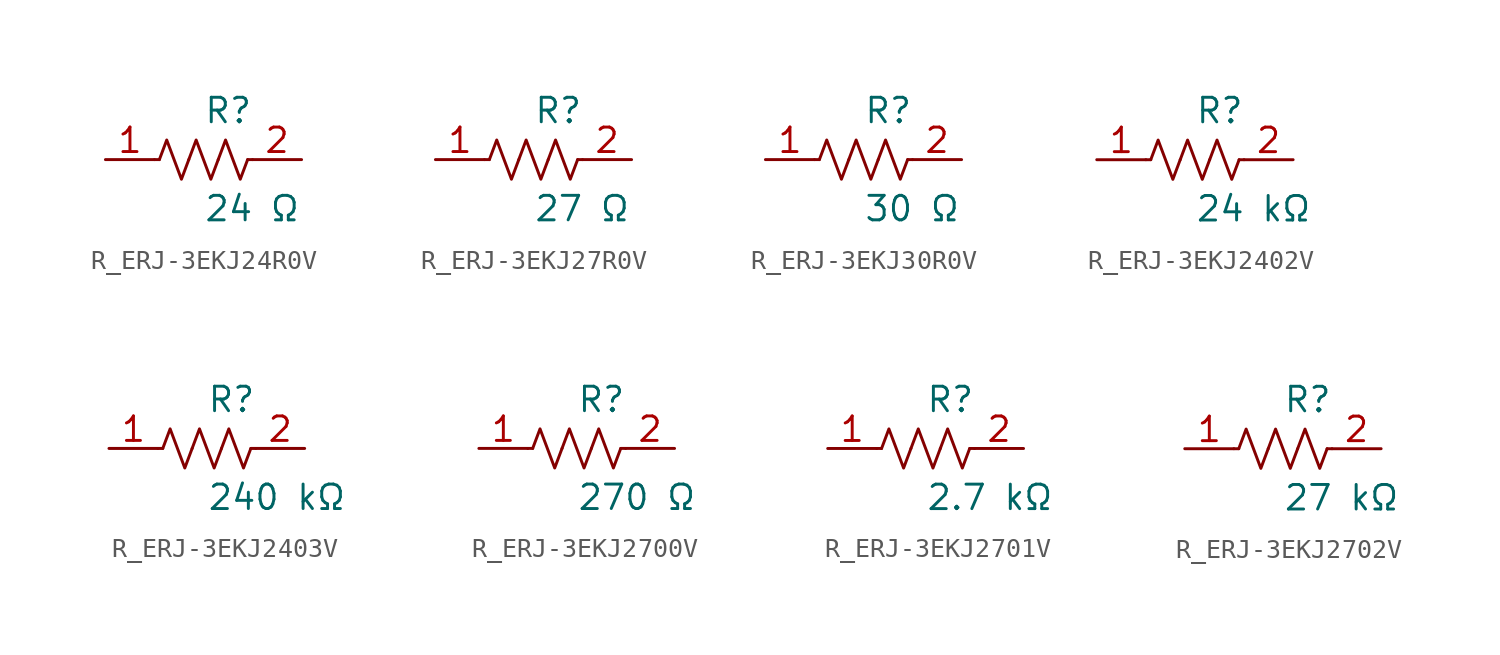
<source format=kicad_sym>
(kicad_symbol_lib
  (version 20231120)
  (generator kicad_symbol_editor)
  (generator_version 8.0)
  (symbol "R_ERJ-3EKJ24R0V"
    (pin_names
      (offset 0.254))
    (property "Reference" "R"
      (at 0.0 2.54 0)
      (effects (font (size 1.27 1.27)) (justify left)))
    (property "Value" "24 Ω"
      (at 0.0 -2.54 0)
      (effects (font (size 1.27 1.27)) (justify left)))
    (symbol "R_ERJ-3EKJ24R0V_0_1"
      (polyline (pts (xy 2.286 0) (xy 2.54 0)) (stroke (width 0) (type default)) (fill (type none)))
      (polyline (pts (xy -2.286 0) (xy -2.54 0)) (stroke (width 0) (type default)) (fill (type none)))
      (polyline (pts (xy 0.762 0) (xy 1.143 1.016) (xy 1.524 0) (xy 1.905 -1.016) (xy 2.286 0)) (stroke (width 0) (type default)) (fill (type none)))
      (polyline (pts (xy -0.762 0) (xy -0.381 1.016) (xy 0 0) (xy 0.381 -1.016) (xy 0.762 0)) (stroke (width 0) (type default)) (fill (type none)))
      (polyline (pts (xy -2.286 0) (xy -1.905 1.016) (xy -1.524 0) (xy -1.143 -1.016) (xy -0.762 0)) (stroke (width 0) (type default)) (fill (type none))))
    (pin unspecified line
      (at -5.08 0 0)
      (length 2.54)
      (name "" (effects (font (size 1.27 1.27))))
      (number "1" (effects (font (size 1.27 1.27)))))
    (pin unspecified line
      (at 5.08 0 180)
      (length 2.54)
      (name "" (effects (font (size 1.27 1.27))))
      (number "2" (effects (font (size 1.27 1.27))))))
  (symbol "R_ERJ-3EKJ27R0V"
    (pin_names
      (offset 0.254))
    (property "Reference" "R"
      (at 0.0 2.54 0)
      (effects (font (size 1.27 1.27)) (justify left)))
    (property "Value" "27 Ω"
      (at 0.0 -2.54 0)
      (effects (font (size 1.27 1.27)) (justify left)))
    (symbol "R_ERJ-3EKJ27R0V_0_1"
      (polyline (pts (xy 2.286 0) (xy 2.54 0)) (stroke (width 0) (type default)) (fill (type none)))
      (polyline (pts (xy -2.286 0) (xy -2.54 0)) (stroke (width 0) (type default)) (fill (type none)))
      (polyline (pts (xy 0.762 0) (xy 1.143 1.016) (xy 1.524 0) (xy 1.905 -1.016) (xy 2.286 0)) (stroke (width 0) (type default)) (fill (type none)))
      (polyline (pts (xy -0.762 0) (xy -0.381 1.016) (xy 0 0) (xy 0.381 -1.016) (xy 0.762 0)) (stroke (width 0) (type default)) (fill (type none)))
      (polyline (pts (xy -2.286 0) (xy -1.905 1.016) (xy -1.524 0) (xy -1.143 -1.016) (xy -0.762 0)) (stroke (width 0) (type default)) (fill (type none))))
    (pin unspecified line
      (at -5.08 0 0)
      (length 2.54)
      (name "" (effects (font (size 1.27 1.27))))
      (number "1" (effects (font (size 1.27 1.27)))))
    (pin unspecified line
      (at 5.08 0 180)
      (length 2.54)
      (name "" (effects (font (size 1.27 1.27))))
      (number "2" (effects (font (size 1.27 1.27))))))
  (symbol "R_ERJ-3EKJ30R0V"
    (pin_names
      (offset 0.254))
    (property "Reference" "R"
      (at 0.0 2.54 0)
      (effects (font (size 1.27 1.27)) (justify left)))
    (property "Value" "30 Ω"
      (at 0.0 -2.54 0)
      (effects (font (size 1.27 1.27)) (justify left)))
    (symbol "R_ERJ-3EKJ30R0V_0_1"
      (polyline (pts (xy 2.286 0) (xy 2.54 0)) (stroke (width 0) (type default)) (fill (type none)))
      (polyline (pts (xy -2.286 0) (xy -2.54 0)) (stroke (width 0) (type default)) (fill (type none)))
      (polyline (pts (xy 0.762 0) (xy 1.143 1.016) (xy 1.524 0) (xy 1.905 -1.016) (xy 2.286 0)) (stroke (width 0) (type default)) (fill (type none)))
      (polyline (pts (xy -0.762 0) (xy -0.381 1.016) (xy 0 0) (xy 0.381 -1.016) (xy 0.762 0)) (stroke (width 0) (type default)) (fill (type none)))
      (polyline (pts (xy -2.286 0) (xy -1.905 1.016) (xy -1.524 0) (xy -1.143 -1.016) (xy -0.762 0)) (stroke (width 0) (type default)) (fill (type none))))
    (pin unspecified line
      (at -5.08 0 0)
      (length 2.54)
      (name "" (effects (font (size 1.27 1.27))))
      (number "1" (effects (font (size 1.27 1.27)))))
    (pin unspecified line
      (at 5.08 0 180)
      (length 2.54)
      (name "" (effects (font (size 1.27 1.27))))
      (number "2" (effects (font (size 1.27 1.27))))))
  (symbol "R_ERJ-3EKJ2402V"
    (pin_names
      (offset 0.254))
    (property "Reference" "R"
      (at 0.0 2.54 0)
      (effects (font (size 1.27 1.27)) (justify left)))
    (property "Value" "24 kΩ"
      (at 0.0 -2.54 0)
      (effects (font (size 1.27 1.27)) (justify left)))
    (symbol "R_ERJ-3EKJ2402V_0_1"
      (polyline (pts (xy 2.286 0) (xy 2.54 0)) (stroke (width 0) (type default)) (fill (type none)))
      (polyline (pts (xy -2.286 0) (xy -2.54 0)) (stroke (width 0) (type default)) (fill (type none)))
      (polyline (pts (xy 0.762 0) (xy 1.143 1.016) (xy 1.524 0) (xy 1.905 -1.016) (xy 2.286 0)) (stroke (width 0) (type default)) (fill (type none)))
      (polyline (pts (xy -0.762 0) (xy -0.381 1.016) (xy 0 0) (xy 0.381 -1.016) (xy 0.762 0)) (stroke (width 0) (type default)) (fill (type none)))
      (polyline (pts (xy -2.286 0) (xy -1.905 1.016) (xy -1.524 0) (xy -1.143 -1.016) (xy -0.762 0)) (stroke (width 0) (type default)) (fill (type none))))
    (pin unspecified line
      (at -5.08 0 0)
      (length 2.54)
      (name "" (effects (font (size 1.27 1.27))))
      (number "1" (effects (font (size 1.27 1.27)))))
    (pin unspecified line
      (at 5.08 0 180)
      (length 2.54)
      (name "" (effects (font (size 1.27 1.27))))
      (number "2" (effects (font (size 1.27 1.27))))))
  (symbol "R_ERJ-3EKJ2403V"
    (pin_names
      (offset 0.254))
    (property "Reference" "R"
      (at 0.0 2.54 0)
      (effects (font (size 1.27 1.27)) (justify left)))
    (property "Value" "240 kΩ"
      (at 0.0 -2.54 0)
      (effects (font (size 1.27 1.27)) (justify left)))
    (symbol "R_ERJ-3EKJ2403V_0_1"
      (polyline (pts (xy 2.286 0) (xy 2.54 0)) (stroke (width 0) (type default)) (fill (type none)))
      (polyline (pts (xy -2.286 0) (xy -2.54 0)) (stroke (width 0) (type default)) (fill (type none)))
      (polyline (pts (xy 0.762 0) (xy 1.143 1.016) (xy 1.524 0) (xy 1.905 -1.016) (xy 2.286 0)) (stroke (width 0) (type default)) (fill (type none)))
      (polyline (pts (xy -0.762 0) (xy -0.381 1.016) (xy 0 0) (xy 0.381 -1.016) (xy 0.762 0)) (stroke (width 0) (type default)) (fill (type none)))
      (polyline (pts (xy -2.286 0) (xy -1.905 1.016) (xy -1.524 0) (xy -1.143 -1.016) (xy -0.762 0)) (stroke (width 0) (type default)) (fill (type none))))
    (pin unspecified line
      (at -5.08 0 0)
      (length 2.54)
      (name "" (effects (font (size 1.27 1.27))))
      (number "1" (effects (font (size 1.27 1.27)))))
    (pin unspecified line
      (at 5.08 0 180)
      (length 2.54)
      (name "" (effects (font (size 1.27 1.27))))
      (number "2" (effects (font (size 1.27 1.27))))))
  (symbol "R_ERJ-3EKJ2700V"
    (pin_names
      (offset 0.254))
    (property "Reference" "R"
      (at 0.0 2.54 0)
      (effects (font (size 1.27 1.27)) (justify left)))
    (property "Value" "270 Ω"
      (at 0.0 -2.54 0)
      (effects (font (size 1.27 1.27)) (justify left)))
    (symbol "R_ERJ-3EKJ2700V_0_1"
      (polyline (pts (xy 2.286 0) (xy 2.54 0)) (stroke (width 0) (type default)) (fill (type none)))
      (polyline (pts (xy -2.286 0) (xy -2.54 0)) (stroke (width 0) (type default)) (fill (type none)))
      (polyline (pts (xy 0.762 0) (xy 1.143 1.016) (xy 1.524 0) (xy 1.905 -1.016) (xy 2.286 0)) (stroke (width 0) (type default)) (fill (type none)))
      (polyline (pts (xy -0.762 0) (xy -0.381 1.016) (xy 0 0) (xy 0.381 -1.016) (xy 0.762 0)) (stroke (width 0) (type default)) (fill (type none)))
      (polyline (pts (xy -2.286 0) (xy -1.905 1.016) (xy -1.524 0) (xy -1.143 -1.016) (xy -0.762 0)) (stroke (width 0) (type default)) (fill (type none))))
    (pin unspecified line
      (at -5.08 0 0)
      (length 2.54)
      (name "" (effects (font (size 1.27 1.27))))
      (number "1" (effects (font (size 1.27 1.27)))))
    (pin unspecified line
      (at 5.08 0 180)
      (length 2.54)
      (name "" (effects (font (size 1.27 1.27))))
      (number "2" (effects (font (size 1.27 1.27))))))
  (symbol "R_ERJ-3EKJ2701V"
    (pin_names
      (offset 0.254))
    (property "Reference" "R"
      (at 0.0 2.54 0)
      (effects (font (size 1.27 1.27)) (justify left)))
    (property "Value" "2.7 kΩ"
      (at 0.0 -2.54 0)
      (effects (font (size 1.27 1.27)) (justify left)))
    (symbol "R_ERJ-3EKJ2701V_0_1"
      (polyline (pts (xy 2.286 0) (xy 2.54 0)) (stroke (width 0) (type default)) (fill (type none)))
      (polyline (pts (xy -2.286 0) (xy -2.54 0)) (stroke (width 0) (type default)) (fill (type none)))
      (polyline (pts (xy 0.762 0) (xy 1.143 1.016) (xy 1.524 0) (xy 1.905 -1.016) (xy 2.286 0)) (stroke (width 0) (type default)) (fill (type none)))
      (polyline (pts (xy -0.762 0) (xy -0.381 1.016) (xy 0 0) (xy 0.381 -1.016) (xy 0.762 0)) (stroke (width 0) (type default)) (fill (type none)))
      (polyline (pts (xy -2.286 0) (xy -1.905 1.016) (xy -1.524 0) (xy -1.143 -1.016) (xy -0.762 0)) (stroke (width 0) (type default)) (fill (type none))))
    (pin unspecified line
      (at -5.08 0 0)
      (length 2.54)
      (name "" (effects (font (size 1.27 1.27))))
      (number "1" (effects (font (size 1.27 1.27)))))
    (pin unspecified line
      (at 5.08 0 180)
      (length 2.54)
      (name "" (effects (font (size 1.27 1.27))))
      (number "2" (effects (font (size 1.27 1.27))))))
  (symbol "R_ERJ-3EKJ2702V"
    (pin_names
      (offset 0.254))
    (property "Reference" "R"
      (at 0.0 2.54 0)
      (effects (font (size 1.27 1.27)) (justify left)))
    (property "Value" "27 kΩ"
      (at 0.0 -2.54 0)
      (effects (font (size 1.27 1.27)) (justify left)))
    (symbol "R_ERJ-3EKJ2702V_0_1"
      (polyline (pts (xy 2.286 0) (xy 2.54 0)) (stroke (width 0) (type default)) (fill (type none)))
      (polyline (pts (xy -2.286 0) (xy -2.54 0)) (stroke (width 0) (type default)) (fill (type none)))
      (polyline (pts (xy 0.762 0) (xy 1.143 1.016) (xy 1.524 0) (xy 1.905 -1.016) (xy 2.286 0)) (stroke (width 0) (type default)) (fill (type none)))
      (polyline (pts (xy -0.762 0) (xy -0.381 1.016) (xy 0 0) (xy 0.381 -1.016) (xy 0.762 0)) (stroke (width 0) (type default)) (fill (type none)))
      (polyline (pts (xy -2.286 0) (xy -1.905 1.016) (xy -1.524 0) (xy -1.143 -1.016) (xy -0.762 0)) (stroke (width 0) (type default)) (fill (type none))))
    (pin unspecified line
      (at -5.08 0 0)
      (length 2.54)
      (name "" (effects (font (size 1.27 1.27))))
      (number "1" (effects (font (size 1.27 1.27)))))
    (pin unspecified line
      (at 5.08 0 180)
      (length 2.54)
      (name "" (effects (font (size 1.27 1.27))))
      (number "2" (effects (font (size 1.27 1.27)))))))
</source>
